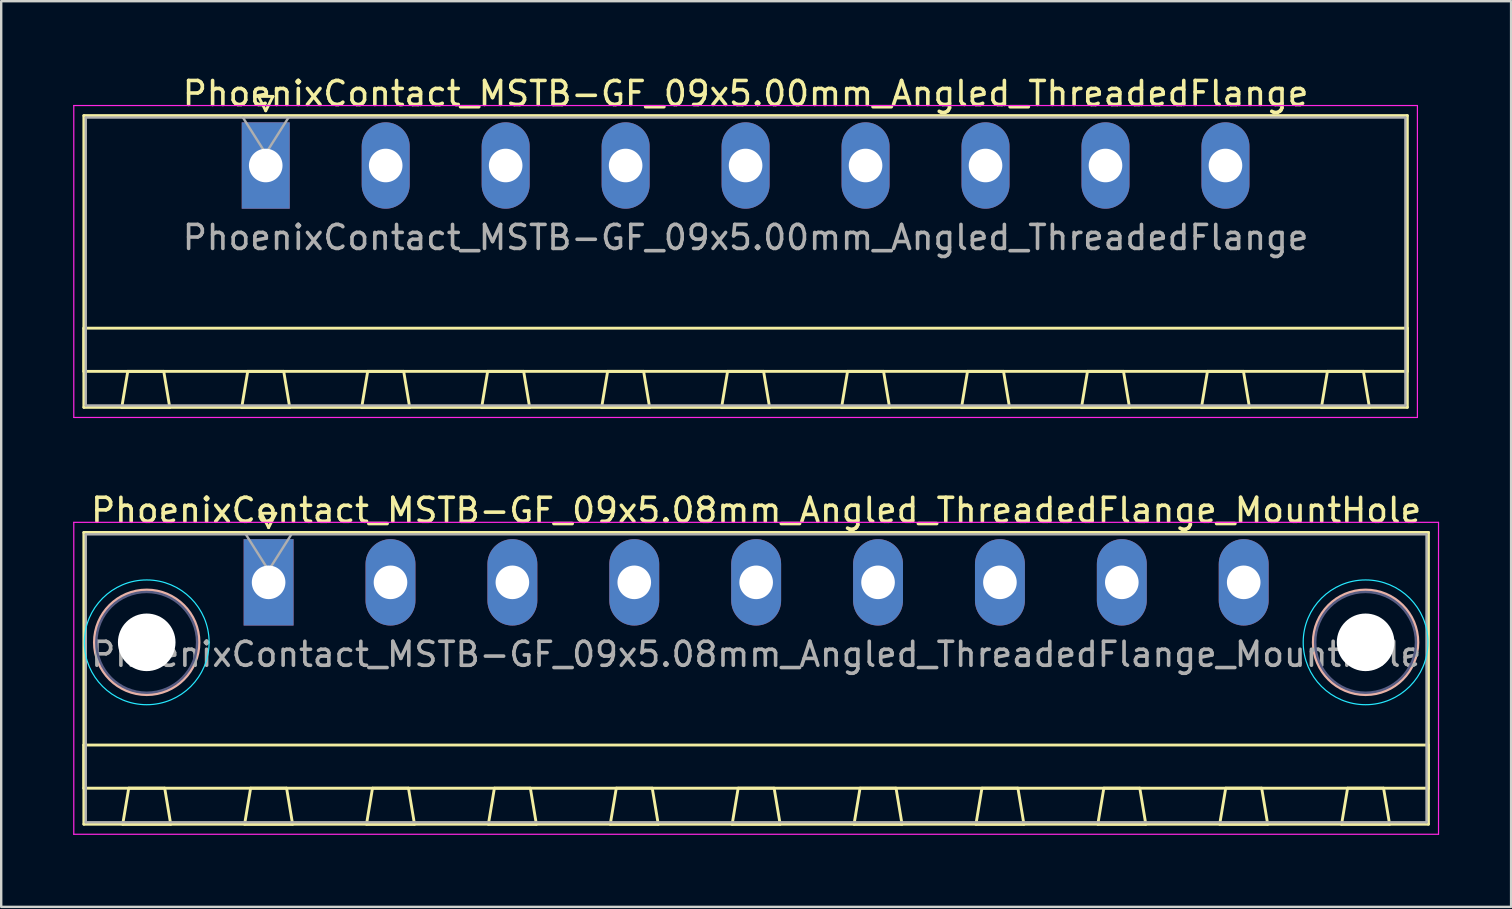
<source format=kicad_pcb>
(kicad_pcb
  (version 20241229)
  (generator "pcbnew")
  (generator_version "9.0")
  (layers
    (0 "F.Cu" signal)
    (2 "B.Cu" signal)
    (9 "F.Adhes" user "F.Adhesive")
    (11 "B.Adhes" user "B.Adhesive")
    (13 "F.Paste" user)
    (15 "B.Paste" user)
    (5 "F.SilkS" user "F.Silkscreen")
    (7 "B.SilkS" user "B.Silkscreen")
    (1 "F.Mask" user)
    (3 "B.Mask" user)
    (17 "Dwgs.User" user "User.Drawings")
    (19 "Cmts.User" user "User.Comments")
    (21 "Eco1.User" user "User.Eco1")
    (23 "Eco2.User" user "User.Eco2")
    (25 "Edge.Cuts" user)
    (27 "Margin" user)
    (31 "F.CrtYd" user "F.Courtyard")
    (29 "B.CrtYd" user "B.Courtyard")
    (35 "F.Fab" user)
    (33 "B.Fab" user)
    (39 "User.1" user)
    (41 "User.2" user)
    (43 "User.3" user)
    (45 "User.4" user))
  (footprint "PhoenixContact_MSTB-GF_09x5.08mm_Angled_ThreadedFlange_MountHole"
    (layer "F.Cu")
    (at 8.145 21.221)
    (property "Reference" "PhoenixContact_MSTB-GF_09x5.08mm_Angled_ThreadedFlange_MountHole" (at 20.32 -3 0) (layer "F.SilkS") (effects (font (size 1 1) (thickness 0.15))))
    (attr through_hole)
    (fp_line (start -7.7 -2.08) (end -7.7 10.08) (stroke (width 0.12) (type solid)) (layer "F.SilkS"))
    (fp_line (start -7.7 6.78) (end 48.34 6.78) (stroke (width 0.12) (type solid)) (layer "F.SilkS"))
    (fp_line (start -7.7 8.58) (end -7.7 6.78) (stroke (width 0.12) (type solid)) (layer "F.SilkS"))
    (fp_line (start -7.7 10.08) (end 48.34 10.08) (stroke (width 0.12) (type solid)) (layer "F.SilkS"))
    (fp_line (start -6.08 10.08) (end -4.08 10.08) (stroke (width 0.12) (type solid)) (layer "F.SilkS"))
    (fp_line (start -5.83 8.58) (end -6.08 10.08) (stroke (width 0.12) (type solid)) (layer "F.SilkS"))
    (fp_line (start -4.33 8.58) (end -5.83 8.58) (stroke (width 0.12) (type solid)) (layer "F.SilkS"))
    (fp_line (start -4.08 10.08) (end -4.33 8.58) (stroke (width 0.12) (type solid)) (layer "F.SilkS"))
    (fp_line (start -1 10.08) (end 1 10.08) (stroke (width 0.12) (type solid)) (layer "F.SilkS"))
    (fp_line (start -0.75 8.58) (end -1 10.08) (stroke (width 0.12) (type solid)) (layer "F.SilkS"))
    (fp_line (start -0.3 -2.88) (end 0.3 -2.88) (stroke (width 0.12) (type solid)) (layer "F.SilkS"))
    (fp_line (start 0 -2.28) (end -0.3 -2.88) (stroke (width 0.12) (type solid)) (layer "F.SilkS"))
    (fp_line (start 0.3 -2.88) (end 0 -2.28) (stroke (width 0.12) (type solid)) (layer "F.SilkS"))
    (fp_line (start 0.75 8.58) (end -0.75 8.58) (stroke (width 0.12) (type solid)) (layer "F.SilkS"))
    (fp_line (start 1 10.08) (end 0.75 8.58) (stroke (width 0.12) (type solid)) (layer "F.SilkS"))
    (fp_line (start 4.08 10.08) (end 6.08 10.08) (stroke (width 0.12) (type solid)) (layer "F.SilkS"))
    (fp_line (start 4.33 8.58) (end 4.08 10.08) (stroke (width 0.12) (type solid)) (layer "F.SilkS"))
    (fp_line (start 5.83 8.58) (end 4.33 8.58) (stroke (width 0.12) (type solid)) (layer "F.SilkS"))
    (fp_line (start 6.08 10.08) (end 5.83 8.58) (stroke (width 0.12) (type solid)) (layer "F.SilkS"))
    (fp_line (start 9.16 10.08) (end 11.16 10.08) (stroke (width 0.12) (type solid)) (layer "F.SilkS"))
    (fp_line (start 9.41 8.58) (end 9.16 10.08) (stroke (width 0.12) (type solid)) (layer "F.SilkS"))
    (fp_line (start 10.91 8.58) (end 9.41 8.58) (stroke (width 0.12) (type solid)) (layer "F.SilkS"))
    (fp_line (start 11.16 10.08) (end 10.91 8.58) (stroke (width 0.12) (type solid)) (layer "F.SilkS"))
    (fp_line (start 14.24 10.08) (end 16.24 10.08) (stroke (width 0.12) (type solid)) (layer "F.SilkS"))
    (fp_line (start 14.49 8.58) (end 14.24 10.08) (stroke (width 0.12) (type solid)) (layer "F.SilkS"))
    (fp_line (start 15.99 8.58) (end 14.49 8.58) (stroke (width 0.12) (type solid)) (layer "F.SilkS"))
    (fp_line (start 16.24 10.08) (end 15.99 8.58) (stroke (width 0.12) (type solid)) (layer "F.SilkS"))
    (fp_line (start 19.32 10.08) (end 21.32 10.08) (stroke (width 0.12) (type solid)) (layer "F.SilkS"))
    (fp_line (start 19.57 8.58) (end 19.32 10.08) (stroke (width 0.12) (type solid)) (layer "F.SilkS"))
    (fp_line (start 21.07 8.58) (end 19.57 8.58) (stroke (width 0.12) (type solid)) (layer "F.SilkS"))
    (fp_line (start 21.32 10.08) (end 21.07 8.58) (stroke (width 0.12) (type solid)) (layer "F.SilkS"))
    (fp_line (start 24.4 10.08) (end 26.4 10.08) (stroke (width 0.12) (type solid)) (layer "F.SilkS"))
    (fp_line (start 24.65 8.58) (end 24.4 10.08) (stroke (width 0.12) (type solid)) (layer "F.SilkS"))
    (fp_line (start 26.15 8.58) (end 24.65 8.58) (stroke (width 0.12) (type solid)) (layer "F.SilkS"))
    (fp_line (start 26.4 10.08) (end 26.15 8.58) (stroke (width 0.12) (type solid)) (layer "F.SilkS"))
    (fp_line (start 29.48 10.08) (end 31.48 10.08) (stroke (width 0.12) (type solid)) (layer "F.SilkS"))
    (fp_line (start 29.73 8.58) (end 29.48 10.08) (stroke (width 0.12) (type solid)) (layer "F.SilkS"))
    (fp_line (start 31.23 8.58) (end 29.73 8.58) (stroke (width 0.12) (type solid)) (layer "F.SilkS"))
    (fp_line (start 31.48 10.08) (end 31.23 8.58) (stroke (width 0.12) (type solid)) (layer "F.SilkS"))
    (fp_line (start 34.56 10.08) (end 36.56 10.08) (stroke (width 0.12) (type solid)) (layer "F.SilkS"))
    (fp_line (start 34.81 8.58) (end 34.56 10.08) (stroke (width 0.12) (type solid)) (layer "F.SilkS"))
    (fp_line (start 36.31 8.58) (end 34.81 8.58) (stroke (width 0.12) (type solid)) (layer "F.SilkS"))
    (fp_line (start 36.56 10.08) (end 36.31 8.58) (stroke (width 0.12) (type solid)) (layer "F.SilkS"))
    (fp_line (start 39.64 10.08) (end 41.64 10.08) (stroke (width 0.12) (type solid)) (layer "F.SilkS"))
    (fp_line (start 39.89 8.58) (end 39.64 10.08) (stroke (width 0.12) (type solid)) (layer "F.SilkS"))
    (fp_line (start 41.39 8.58) (end 39.89 8.58) (stroke (width 0.12) (type solid)) (layer "F.SilkS"))
    (fp_line (start 41.64 10.08) (end 41.39 8.58) (stroke (width 0.12) (type solid)) (layer "F.SilkS"))
    (fp_line (start 44.72 10.08) (end 46.72 10.08) (stroke (width 0.12) (type solid)) (layer "F.SilkS"))
    (fp_line (start 44.97 8.58) (end 44.72 10.08) (stroke (width 0.12) (type solid)) (layer "F.SilkS"))
    (fp_line (start 46.47 8.58) (end 44.97 8.58) (stroke (width 0.12) (type solid)) (layer "F.SilkS"))
    (fp_line (start 46.72 10.08) (end 46.47 8.58) (stroke (width 0.12) (type solid)) (layer "F.SilkS"))
    (fp_line (start 48.34 -2.08) (end -7.7 -2.08) (stroke (width 0.12) (type solid)) (layer "F.SilkS"))
    (fp_line (start 48.34 6.78) (end 48.34 8.58) (stroke (width 0.12) (type solid)) (layer "F.SilkS"))
    (fp_line (start 48.34 8.58) (end -7.7 8.58) (stroke (width 0.12) (type solid)) (layer "F.SilkS"))
    (fp_line (start 48.34 10.08) (end 48.34 -2.08) (stroke (width 0.12) (type solid)) (layer "F.SilkS"))
    (fp_circle (center -5.08 2.5) (end -2.9 2.5) (stroke (width 0.12) (type solid)) (fill no) (layer "B.SilkS"))
    (fp_circle (center 45.72 2.5) (end 47.9 2.5) (stroke (width 0.12) (type solid)) (fill no) (layer "B.SilkS"))
    (fp_circle (center -5.08 2.5) (end -2.48 2.5) (stroke (width 0.05) (type solid)) (fill no) (layer "B.CrtYd"))
    (fp_circle (center 45.72 2.5) (end 48.32 2.5) (stroke (width 0.05) (type solid)) (fill no) (layer "B.CrtYd"))
    (fp_line (start -8.12 -2.5) (end -8.12 10.5) (stroke (width 0.05) (type solid)) (layer "F.CrtYd"))
    (fp_line (start -8.12 10.5) (end 48.76 10.5) (stroke (width 0.05) (type solid)) (layer "F.CrtYd"))
    (fp_line (start 48.76 -2.5) (end -8.12 -2.5) (stroke (width 0.05) (type solid)) (layer "F.CrtYd"))
    (fp_line (start 48.76 10.5) (end 48.76 -2.5) (stroke (width 0.05) (type solid)) (layer "F.CrtYd"))
    (fp_circle (center -5.08 2.5) (end -2.98 2.5) (stroke (width 0.1) (type solid)) (fill no) (layer "B.Fab"))
    (fp_circle (center 45.72 2.5) (end 47.82 2.5) (stroke (width 0.1) (type solid)) (fill no) (layer "B.Fab"))
    (fp_line (start -7.62 -2) (end -7.62 10) (stroke (width 0.1) (type solid)) (layer "F.Fab"))
    (fp_line (start -7.62 10) (end 48.26 10) (stroke (width 0.1) (type solid)) (layer "F.Fab"))
    (fp_line (start 0 -0.5) (end -0.95 -2) (stroke (width 0.1) (type solid)) (layer "F.Fab"))
    (fp_line (start 0.95 -2) (end 0 -0.5) (stroke (width 0.1) (type solid)) (layer "F.Fab"))
    (fp_line (start 48.26 -2) (end -7.62 -2) (stroke (width 0.1) (type solid)) (layer "F.Fab"))
    (fp_line (start 48.26 10) (end 48.26 -2) (stroke (width 0.1) (type solid)) (layer "F.Fab"))
    (fp_text user "${REFERENCE}" (at 20.32 3 0) (layer "F.Fab") (effects (font (size 1 1) (thickness 0.15))))
    (pad "" np_thru_hole circle (at -5.08 2.5) (size 2.4 2.4) (drill 2.4) (layers "*.Cu" "*.Mask"))
    (pad "" np_thru_hole circle (at 45.72 2.5) (size 2.4 2.4) (drill 2.4) (layers "*.Cu" "*.Mask"))
    (pad "1" thru_hole rect (at 0 0) (size 2.08 3.6) (drill 1.4) (layers "*.Cu" "*.Mask"))
    (pad "2" thru_hole oval (at 5.08 0) (size 2.08 3.6) (drill 1.4) (layers "*.Cu" "*.Mask"))
    (pad "3" thru_hole oval (at 10.16 0) (size 2.08 3.6) (drill 1.4) (layers "*.Cu" "*.Mask"))
    (pad "4" thru_hole oval (at 15.24 0) (size 2.08 3.6) (drill 1.4) (layers "*.Cu" "*.Mask"))
    (pad "5" thru_hole oval (at 20.32 0) (size 2.08 3.6) (drill 1.4) (layers "*.Cu" "*.Mask"))
    (pad "6" thru_hole oval (at 25.4 0) (size 2.08 3.6) (drill 1.4) (layers "*.Cu" "*.Mask"))
    (pad "7" thru_hole oval (at 30.48 0) (size 2.08 3.6) (drill 1.4) (layers "*.Cu" "*.Mask"))
    (pad "8" thru_hole oval (at 35.56 0) (size 2.08 3.6) (drill 1.4) (layers "*.Cu" "*.Mask"))
    (pad "9" thru_hole oval (at 40.64 0) (size 2.08 3.6) (drill 1.4) (layers "*.Cu" "*.Mask")))
  (footprint "PhoenixContact_MSTB-GF_09x5.00mm_Angled_ThreadedFlange"
    (layer "F.Cu")
    (at 8.025 3.848)
    (property "Reference" "PhoenixContact_MSTB-GF_09x5.00mm_Angled_ThreadedFlange" (at 20 -3 0) (layer "F.SilkS") (effects (font (size 1 1) (thickness 0.15))))
    (attr through_hole)
    (fp_line (start -7.58 -2.08) (end -7.58 10.08) (stroke (width 0.12) (type solid)) (layer "F.SilkS"))
    (fp_line (start -7.58 6.78) (end 47.58 6.78) (stroke (width 0.12) (type solid)) (layer "F.SilkS"))
    (fp_line (start -7.58 8.58) (end -7.58 6.78) (stroke (width 0.12) (type solid)) (layer "F.SilkS"))
    (fp_line (start -7.58 10.08) (end 47.58 10.08) (stroke (width 0.12) (type solid)) (layer "F.SilkS"))
    (fp_line (start -6 10.08) (end -4 10.08) (stroke (width 0.12) (type solid)) (layer "F.SilkS"))
    (fp_line (start -5.75 8.58) (end -6 10.08) (stroke (width 0.12) (type solid)) (layer "F.SilkS"))
    (fp_line (start -4.25 8.58) (end -5.75 8.58) (stroke (width 0.12) (type solid)) (layer "F.SilkS"))
    (fp_line (start -4 10.08) (end -4.25 8.58) (stroke (width 0.12) (type solid)) (layer "F.SilkS"))
    (fp_line (start -1 10.08) (end 1 10.08) (stroke (width 0.12) (type solid)) (layer "F.SilkS"))
    (fp_line (start -0.75 8.58) (end -1 10.08) (stroke (width 0.12) (type solid)) (layer "F.SilkS"))
    (fp_line (start -0.3 -2.88) (end 0.3 -2.88) (stroke (width 0.12) (type solid)) (layer "F.SilkS"))
    (fp_line (start 0 -2.28) (end -0.3 -2.88) (stroke (width 0.12) (type solid)) (layer "F.SilkS"))
    (fp_line (start 0.3 -2.88) (end 0 -2.28) (stroke (width 0.12) (type solid)) (layer "F.SilkS"))
    (fp_line (start 0.75 8.58) (end -0.75 8.58) (stroke (width 0.12) (type solid)) (layer "F.SilkS"))
    (fp_line (start 1 10.08) (end 0.75 8.58) (stroke (width 0.12) (type solid)) (layer "F.SilkS"))
    (fp_line (start 4 10.08) (end 6 10.08) (stroke (width 0.12) (type solid)) (layer "F.SilkS"))
    (fp_line (start 4.25 8.58) (end 4 10.08) (stroke (width 0.12) (type solid)) (layer "F.SilkS"))
    (fp_line (start 5.75 8.58) (end 4.25 8.58) (stroke (width 0.12) (type solid)) (layer "F.SilkS"))
    (fp_line (start 6 10.08) (end 5.75 8.58) (stroke (width 0.12) (type solid)) (layer "F.SilkS"))
    (fp_line (start 9 10.08) (end 11 10.08) (stroke (width 0.12) (type solid)) (layer "F.SilkS"))
    (fp_line (start 9.25 8.58) (end 9 10.08) (stroke (width 0.12) (type solid)) (layer "F.SilkS"))
    (fp_line (start 10.75 8.58) (end 9.25 8.58) (stroke (width 0.12) (type solid)) (layer "F.SilkS"))
    (fp_line (start 11 10.08) (end 10.75 8.58) (stroke (width 0.12) (type solid)) (layer "F.SilkS"))
    (fp_line (start 14 10.08) (end 16 10.08) (stroke (width 0.12) (type solid)) (layer "F.SilkS"))
    (fp_line (start 14.25 8.58) (end 14 10.08) (stroke (width 0.12) (type solid)) (layer "F.SilkS"))
    (fp_line (start 15.75 8.58) (end 14.25 8.58) (stroke (width 0.12) (type solid)) (layer "F.SilkS"))
    (fp_line (start 16 10.08) (end 15.75 8.58) (stroke (width 0.12) (type solid)) (layer "F.SilkS"))
    (fp_line (start 19 10.08) (end 21 10.08) (stroke (width 0.12) (type solid)) (layer "F.SilkS"))
    (fp_line (start 19.25 8.58) (end 19 10.08) (stroke (width 0.12) (type solid)) (layer "F.SilkS"))
    (fp_line (start 20.75 8.58) (end 19.25 8.58) (stroke (width 0.12) (type solid)) (layer "F.SilkS"))
    (fp_line (start 21 10.08) (end 20.75 8.58) (stroke (width 0.12) (type solid)) (layer "F.SilkS"))
    (fp_line (start 24 10.08) (end 26 10.08) (stroke (width 0.12) (type solid)) (layer "F.SilkS"))
    (fp_line (start 24.25 8.58) (end 24 10.08) (stroke (width 0.12) (type solid)) (layer "F.SilkS"))
    (fp_line (start 25.75 8.58) (end 24.25 8.58) (stroke (width 0.12) (type solid)) (layer "F.SilkS"))
    (fp_line (start 26 10.08) (end 25.75 8.58) (stroke (width 0.12) (type solid)) (layer "F.SilkS"))
    (fp_line (start 29 10.08) (end 31 10.08) (stroke (width 0.12) (type solid)) (layer "F.SilkS"))
    (fp_line (start 29.25 8.58) (end 29 10.08) (stroke (width 0.12) (type solid)) (layer "F.SilkS"))
    (fp_line (start 30.75 8.58) (end 29.25 8.58) (stroke (width 0.12) (type solid)) (layer "F.SilkS"))
    (fp_line (start 31 10.08) (end 30.75 8.58) (stroke (width 0.12) (type solid)) (layer "F.SilkS"))
    (fp_line (start 34 10.08) (end 36 10.08) (stroke (width 0.12) (type solid)) (layer "F.SilkS"))
    (fp_line (start 34.25 8.58) (end 34 10.08) (stroke (width 0.12) (type solid)) (layer "F.SilkS"))
    (fp_line (start 35.75 8.58) (end 34.25 8.58) (stroke (width 0.12) (type solid)) (layer "F.SilkS"))
    (fp_line (start 36 10.08) (end 35.75 8.58) (stroke (width 0.12) (type solid)) (layer "F.SilkS"))
    (fp_line (start 39 10.08) (end 41 10.08) (stroke (width 0.12) (type solid)) (layer "F.SilkS"))
    (fp_line (start 39.25 8.58) (end 39 10.08) (stroke (width 0.12) (type solid)) (layer "F.SilkS"))
    (fp_line (start 40.75 8.58) (end 39.25 8.58) (stroke (width 0.12) (type solid)) (layer "F.SilkS"))
    (fp_line (start 41 10.08) (end 40.75 8.58) (stroke (width 0.12) (type solid)) (layer "F.SilkS"))
    (fp_line (start 44 10.08) (end 46 10.08) (stroke (width 0.12) (type solid)) (layer "F.SilkS"))
    (fp_line (start 44.25 8.58) (end 44 10.08) (stroke (width 0.12) (type solid)) (layer "F.SilkS"))
    (fp_line (start 45.75 8.58) (end 44.25 8.58) (stroke (width 0.12) (type solid)) (layer "F.SilkS"))
    (fp_line (start 46 10.08) (end 45.75 8.58) (stroke (width 0.12) (type solid)) (layer "F.SilkS"))
    (fp_line (start 47.58 -2.08) (end -7.58 -2.08) (stroke (width 0.12) (type solid)) (layer "F.SilkS"))
    (fp_line (start 47.58 6.78) (end 47.58 8.58) (stroke (width 0.12) (type solid)) (layer "F.SilkS"))
    (fp_line (start 47.58 8.58) (end -7.58 8.58) (stroke (width 0.12) (type solid)) (layer "F.SilkS"))
    (fp_line (start 47.58 10.08) (end 47.58 -2.08) (stroke (width 0.12) (type solid)) (layer "F.SilkS"))
    (fp_line (start -8 -2.5) (end -8 10.5) (stroke (width 0.05) (type solid)) (layer "F.CrtYd"))
    (fp_line (start -8 10.5) (end 48 10.5) (stroke (width 0.05) (type solid)) (layer "F.CrtYd"))
    (fp_line (start 48 -2.5) (end -8 -2.5) (stroke (width 0.05) (type solid)) (layer "F.CrtYd"))
    (fp_line (start 48 10.5) (end 48 -2.5) (stroke (width 0.05) (type solid)) (layer "F.CrtYd"))
    (fp_line (start -7.5 -2) (end -7.5 10) (stroke (width 0.1) (type solid)) (layer "F.Fab"))
    (fp_line (start -7.5 10) (end 47.5 10) (stroke (width 0.1) (type solid)) (layer "F.Fab"))
    (fp_line (start 0 -0.5) (end -0.95 -2) (stroke (width 0.1) (type solid)) (layer "F.Fab"))
    (fp_line (start 0.95 -2) (end 0 -0.5) (stroke (width 0.1) (type solid)) (layer "F.Fab"))
    (fp_line (start 47.5 -2) (end -7.5 -2) (stroke (width 0.1) (type solid)) (layer "F.Fab"))
    (fp_line (start 47.5 10) (end 47.5 -2) (stroke (width 0.1) (type solid)) (layer "F.Fab"))
    (fp_text user "${REFERENCE}" (at 20 3 0) (layer "F.Fab") (effects (font (size 1 1) (thickness 0.15))))
    (pad "1" thru_hole rect (at 0 0) (size 2 3.6) (drill 1.4) (layers "*.Cu" "*.Mask"))
    (pad "2" thru_hole oval (at 5 0) (size 2 3.6) (drill 1.4) (layers "*.Cu" "*.Mask"))
    (pad "3" thru_hole oval (at 10 0) (size 2 3.6) (drill 1.4) (layers "*.Cu" "*.Mask"))
    (pad "4" thru_hole oval (at 15 0) (size 2 3.6) (drill 1.4) (layers "*.Cu" "*.Mask"))
    (pad "5" thru_hole oval (at 20 0) (size 2 3.6) (drill 1.4) (layers "*.Cu" "*.Mask"))
    (pad "6" thru_hole oval (at 25 0) (size 2 3.6) (drill 1.4) (layers "*.Cu" "*.Mask"))
    (pad "7" thru_hole oval (at 30 0) (size 2 3.6) (drill 1.4) (layers "*.Cu" "*.Mask"))
    (pad "8" thru_hole oval (at 35 0) (size 2 3.6) (drill 1.4) (layers "*.Cu" "*.Mask"))
    (pad "9" thru_hole oval (at 40 0) (size 2 3.6) (drill 1.4) (layers "*.Cu" "*.Mask")))
  (gr_rect
    (start -3 -3)
    (end 59.93 34.746)
    (stroke (width 0.1) (type default))
    (fill no)
    (layer "Edge.Cuts")))
</source>
